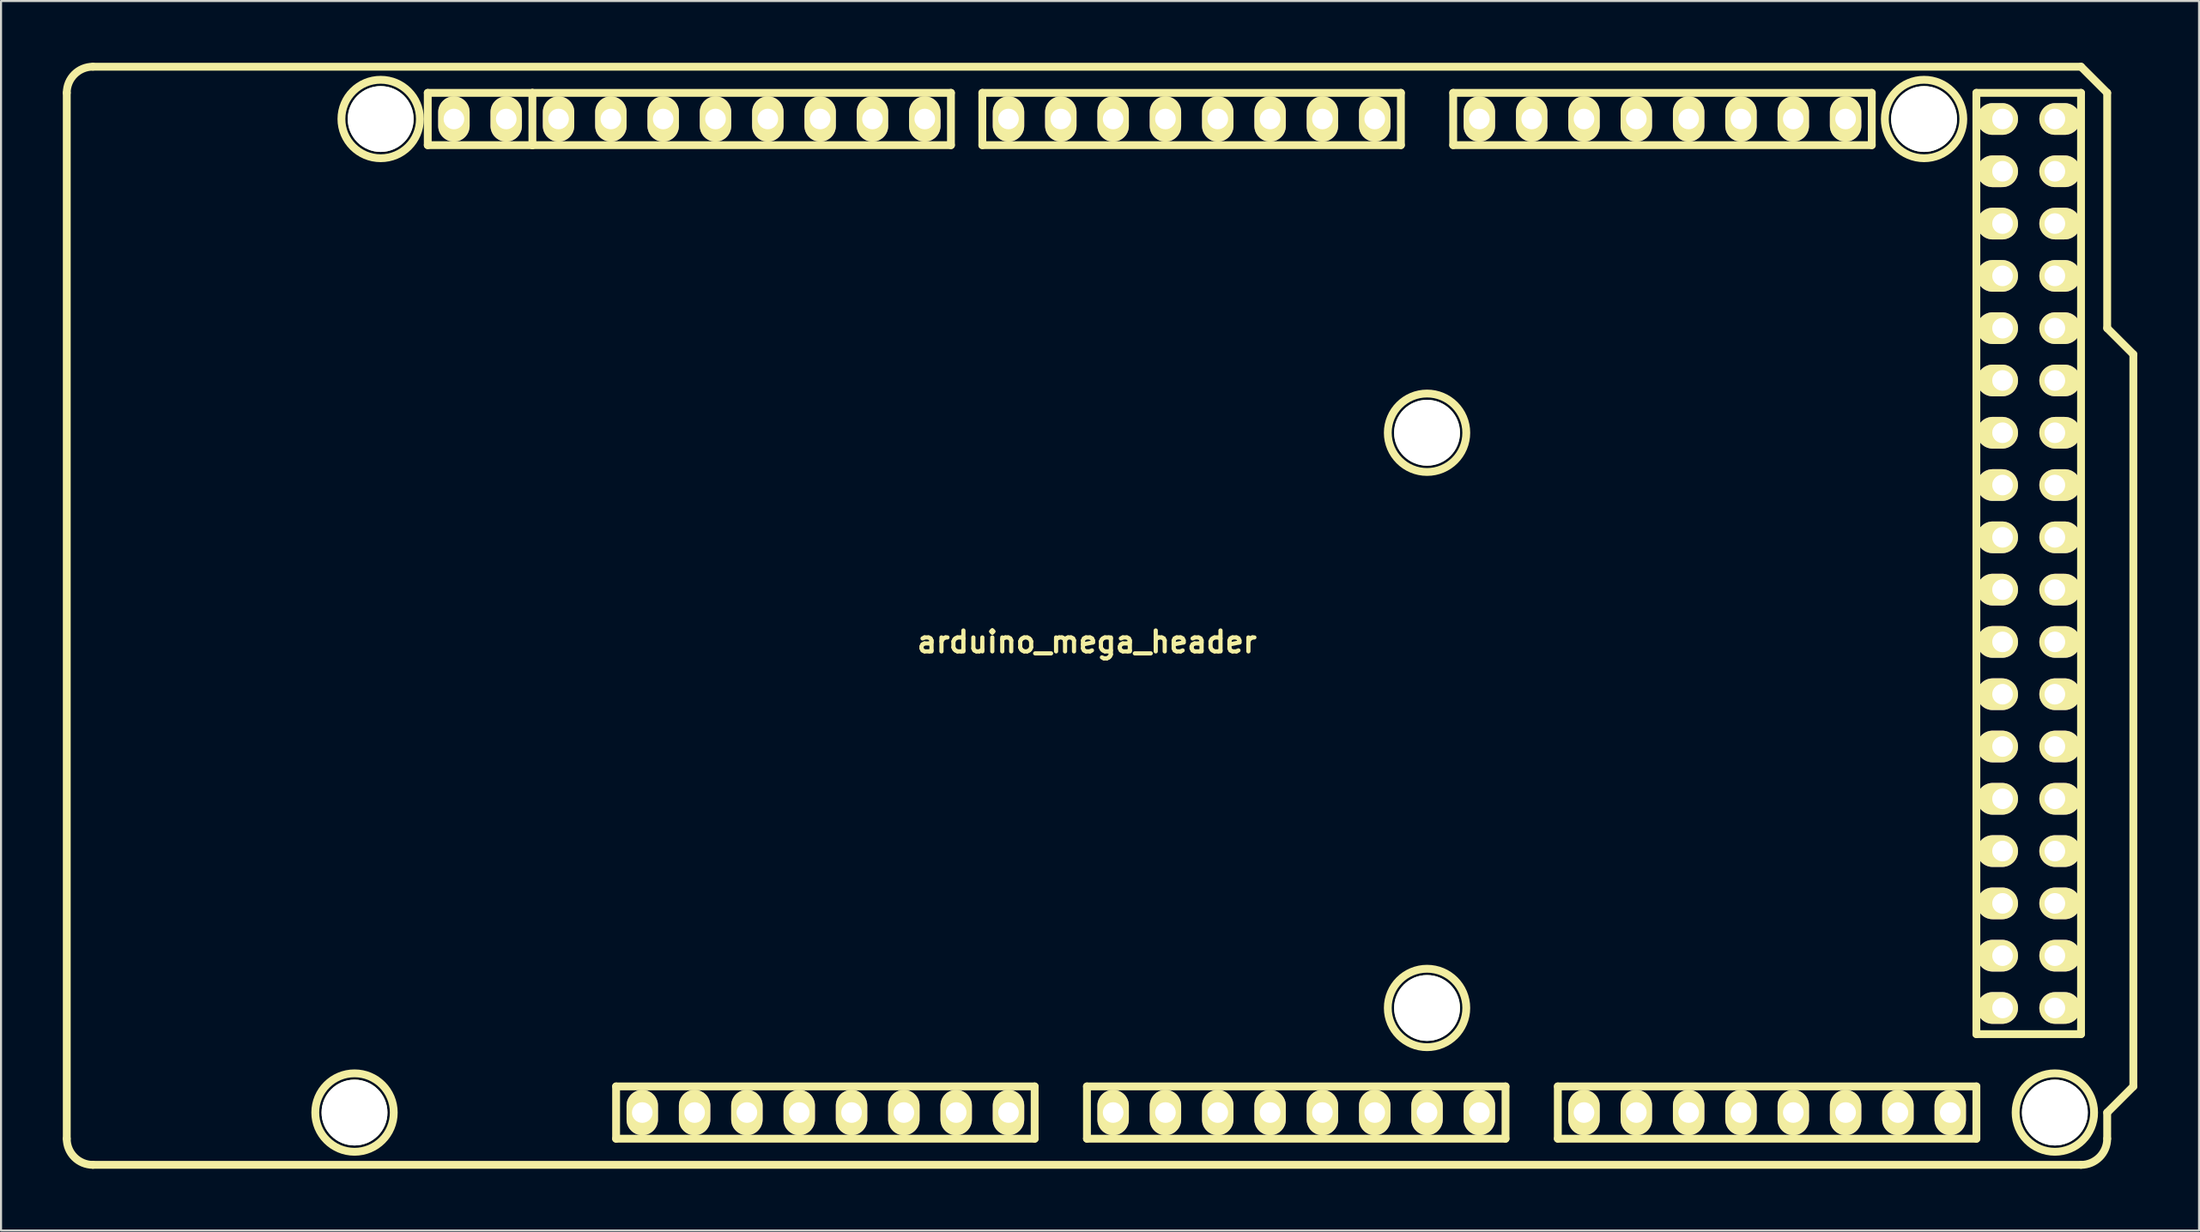
<source format=kicad_pcb>
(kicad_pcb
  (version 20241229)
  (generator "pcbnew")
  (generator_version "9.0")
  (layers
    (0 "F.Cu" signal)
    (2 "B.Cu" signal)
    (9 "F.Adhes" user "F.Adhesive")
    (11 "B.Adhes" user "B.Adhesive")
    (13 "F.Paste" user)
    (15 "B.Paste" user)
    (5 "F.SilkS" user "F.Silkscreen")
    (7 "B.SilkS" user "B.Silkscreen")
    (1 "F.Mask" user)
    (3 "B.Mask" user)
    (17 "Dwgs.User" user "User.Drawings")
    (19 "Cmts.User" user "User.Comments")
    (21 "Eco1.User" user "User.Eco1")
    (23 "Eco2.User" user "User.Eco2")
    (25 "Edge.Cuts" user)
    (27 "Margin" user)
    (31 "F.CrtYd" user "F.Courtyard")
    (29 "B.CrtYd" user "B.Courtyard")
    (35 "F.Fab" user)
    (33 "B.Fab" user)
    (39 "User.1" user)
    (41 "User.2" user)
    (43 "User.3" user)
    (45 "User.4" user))
  (footprint "arduino_mega_header"
    (layer "F.Cu")
    (at 49.721 26.86)
    (property "Reference" "arduino_mega_header" (at 0 1.27 0) (layer "F.SilkS") (effects (font (size 1.016 1.016) (thickness 0.203))))
    (attr through_hole)
    (fp_line (start -49.53 25.4) (end -49.53 -25.4) (stroke (width 0.381) (type solid)) (layer "F.SilkS"))
    (fp_line (start -48.26 -26.67) (end 48.26 -26.67) (stroke (width 0.381) (type solid)) (layer "F.SilkS"))
    (fp_line (start -48.26 26.67) (end 48.26 26.67) (stroke (width 0.381) (type solid)) (layer "F.SilkS"))
    (fp_line (start -32.004 -25.4) (end -32.004 -22.86) (stroke (width 0.381) (type solid)) (layer "F.SilkS"))
    (fp_line (start -32.004 -22.86) (end -26.924 -22.86) (stroke (width 0.381) (type solid)) (layer "F.SilkS"))
    (fp_line (start -26.924 -25.4) (end -32.004 -25.4) (stroke (width 0.381) (type solid)) (layer "F.SilkS"))
    (fp_line (start -26.924 -22.86) (end -26.924 -25.4) (stroke (width 0.381) (type solid)) (layer "F.SilkS"))
    (fp_line (start -22.86 25.4) (end -22.86 22.86) (stroke (width 0.381) (type solid)) (layer "F.SilkS"))
    (fp_line (start -22.86 25.4) (end -2.54 25.4) (stroke (width 0.381) (type solid)) (layer "F.SilkS"))
    (fp_line (start -6.604 -25.4) (end -26.924 -25.4) (stroke (width 0.381) (type solid)) (layer "F.SilkS"))
    (fp_line (start -6.604 -22.86) (end -26.924 -22.86) (stroke (width 0.381) (type solid)) (layer "F.SilkS"))
    (fp_line (start -6.604 -22.86) (end -6.604 -25.4) (stroke (width 0.381) (type solid)) (layer "F.SilkS"))
    (fp_line (start -5.08 -25.4) (end 15.24 -25.4) (stroke (width 0.381) (type solid)) (layer "F.SilkS"))
    (fp_line (start -5.08 -22.86) (end -5.08 -25.4) (stroke (width 0.381) (type solid)) (layer "F.SilkS"))
    (fp_line (start -2.54 22.86) (end -22.86 22.86) (stroke (width 0.381) (type solid)) (layer "F.SilkS"))
    (fp_line (start -2.54 22.86) (end -2.54 25.4) (stroke (width 0.381) (type solid)) (layer "F.SilkS"))
    (fp_line (start 0 22.86) (end 0 25.4) (stroke (width 0.381) (type solid)) (layer "F.SilkS"))
    (fp_line (start 0 25.4) (end 20.32 25.4) (stroke (width 0.381) (type solid)) (layer "F.SilkS"))
    (fp_line (start 15.24 -25.4) (end 15.24 -22.86) (stroke (width 0.381) (type solid)) (layer "F.SilkS"))
    (fp_line (start 15.24 -22.86) (end -5.08 -22.86) (stroke (width 0.381) (type solid)) (layer "F.SilkS"))
    (fp_line (start 17.78 -25.4) (end 17.78 -22.86) (stroke (width 0.381) (type solid)) (layer "F.SilkS"))
    (fp_line (start 17.78 -22.86) (end 38.1 -22.86) (stroke (width 0.381) (type solid)) (layer "F.SilkS"))
    (fp_line (start 20.32 22.86) (end 0 22.86) (stroke (width 0.381) (type solid)) (layer "F.SilkS"))
    (fp_line (start 20.32 25.4) (end 20.32 22.86) (stroke (width 0.381) (type solid)) (layer "F.SilkS"))
    (fp_line (start 22.86 22.86) (end 43.18 22.86) (stroke (width 0.381) (type solid)) (layer "F.SilkS"))
    (fp_line (start 22.86 25.4) (end 22.86 22.86) (stroke (width 0.381) (type solid)) (layer "F.SilkS"))
    (fp_line (start 38.1 -25.4) (end 17.78 -25.4) (stroke (width 0.381) (type solid)) (layer "F.SilkS"))
    (fp_line (start 38.1 -22.86) (end 38.1 -25.4) (stroke (width 0.381) (type solid)) (layer "F.SilkS"))
    (fp_line (start 43.18 -25.4) (end 43.18 20.32) (stroke (width 0.381) (type solid)) (layer "F.SilkS"))
    (fp_line (start 43.18 20.32) (end 48.26 20.32) (stroke (width 0.381) (type solid)) (layer "F.SilkS"))
    (fp_line (start 43.18 22.86) (end 43.18 25.4) (stroke (width 0.381) (type solid)) (layer "F.SilkS"))
    (fp_line (start 43.18 25.4) (end 22.86 25.4) (stroke (width 0.381) (type solid)) (layer "F.SilkS"))
    (fp_line (start 48.26 -26.67) (end 49.53 -25.4) (stroke (width 0.381) (type solid)) (layer "F.SilkS"))
    (fp_line (start 48.26 -25.4) (end 43.18 -25.4) (stroke (width 0.381) (type solid)) (layer "F.SilkS"))
    (fp_line (start 48.26 20.32) (end 48.26 -25.4) (stroke (width 0.381) (type solid)) (layer "F.SilkS"))
    (fp_line (start 49.53 -25.4) (end 49.53 -13.97) (stroke (width 0.381) (type solid)) (layer "F.SilkS"))
    (fp_line (start 49.53 -13.97) (end 50.8 -12.7) (stroke (width 0.381) (type solid)) (layer "F.SilkS"))
    (fp_line (start 49.53 24.13) (end 49.53 25.4) (stroke (width 0.381) (type solid)) (layer "F.SilkS"))
    (fp_line (start 50.8 -12.7) (end 50.8 22.86) (stroke (width 0.381) (type solid)) (layer "F.SilkS"))
    (fp_line (start 50.8 22.86) (end 49.53 24.13) (stroke (width 0.381) (type solid)) (layer "F.SilkS"))
    (fp_arc (start -49.53 -25.4) (mid -49.158026 -26.298026) (end -48.26 -26.67) (stroke (width 0.381) (type solid)) (layer "F.SilkS"))
    (fp_arc (start -48.26 26.67) (mid -49.158026 26.298026) (end -49.53 25.4) (stroke (width 0.381) (type solid)) (layer "F.SilkS"))
    (fp_arc (start 49.53 25.4) (mid 49.158026 26.298026) (end 48.26 26.67) (stroke (width 0.381) (type solid)) (layer "F.SilkS"))
    (fp_circle (center -35.56 24.13) (end -33.655 24.13) (stroke (width 0.381) (type solid)) (fill no) (layer "F.SilkS"))
    (fp_circle (center -34.29 -24.13) (end -32.385 -24.13) (stroke (width 0.381) (type solid)) (fill no) (layer "F.SilkS"))
    (fp_circle (center 16.51 -8.89) (end 18.415 -8.89) (stroke (width 0.381) (type solid)) (fill no) (layer "F.SilkS"))
    (fp_circle (center 16.51 19.05) (end 18.415 19.05) (stroke (width 0.381) (type solid)) (fill no) (layer "F.SilkS"))
    (fp_circle (center 40.64 -24.13) (end 42.545 -24.13) (stroke (width 0.381) (type solid)) (fill no) (layer "F.SilkS"))
    (fp_circle (center 46.99 24.13) (end 48.895 24.13) (stroke (width 0.381) (type solid)) (fill no) (layer "F.SilkS"))
    (pad "" np_thru_hole circle (at -35.56 24.13) (size 3.198 3.198) (drill 3.198) (layers "*.Cu" "*.Mask" "F.SilkS"))
    (pad "" np_thru_hole circle (at -34.29 -24.13) (size 3.198 3.198) (drill 3.198) (layers "*.Cu" "*.Mask" "F.SilkS"))
    (pad "" np_thru_hole circle (at 16.51 -8.89) (size 3.198 3.198) (drill 3.198) (layers "*.Cu" "*.Mask" "F.SilkS"))
    (pad "" np_thru_hole circle (at 16.51 19.05) (size 3.198 3.198) (drill 3.198) (layers "*.Cu" "*.Mask" "F.SilkS"))
    (pad "" np_thru_hole circle (at 40.64 -24.13) (size 3.198 3.198) (drill 3.198) (layers "*.Cu" "*.Mask" "F.SilkS"))
    (pad "" np_thru_hole circle (at 46.99 24.13) (size 3.198 3.198) (drill 3.198) (layers "*.Cu" "*.Mask" "F.SilkS"))
    (pad "1" thru_hole oval (at -21.59 24.13) (size 1.524 2.2) (drill 1.001) (layers "*.Cu" "*.Mask" "F.SilkS"))
    (pad "2" thru_hole oval (at -19.05 24.13) (size 1.524 2.2) (drill 1.001) (layers "*.Cu" "*.Mask" "F.SilkS"))
    (pad "3" thru_hole oval (at -16.51 24.13) (size 1.524 2.2) (drill 1.001) (layers "*.Cu" "*.Mask" "F.SilkS"))
    (pad "4" thru_hole oval (at -13.97 24.13) (size 1.524 2.2) (drill 1.001) (layers "*.Cu" "*.Mask" "F.SilkS"))
    (pad "5" thru_hole oval (at -11.43 24.13) (size 1.524 2.2) (drill 1.001) (layers "*.Cu" "*.Mask" "F.SilkS"))
    (pad "6" thru_hole oval (at -8.89 24.13) (size 1.524 2.2) (drill 1.001) (layers "*.Cu" "*.Mask" "F.SilkS"))
    (pad "7" thru_hole oval (at -6.35 24.13) (size 1.524 2.2) (drill 1.001) (layers "*.Cu" "*.Mask" "F.SilkS"))
    (pad "8" thru_hole oval (at -3.81 24.13) (size 1.524 2.2) (drill 1.001) (layers "*.Cu" "*.Mask" "F.SilkS"))
    (pad "9" thru_hole oval (at 1.27 24.13) (size 1.524 2.2) (drill 1.001) (layers "*.Cu" "*.Mask" "F.SilkS"))
    (pad "10" thru_hole oval (at 3.81 24.13) (size 1.524 2.2) (drill 1.001) (layers "*.Cu" "*.Mask" "F.SilkS"))
    (pad "11" thru_hole oval (at 6.35 24.13) (size 1.524 2.2) (drill 1.001) (layers "*.Cu" "*.Mask" "F.SilkS"))
    (pad "12" thru_hole oval (at 8.89 24.13) (size 1.524 2.2) (drill 1.001) (layers "*.Cu" "*.Mask" "F.SilkS"))
    (pad "13" thru_hole oval (at 11.43 24.13) (size 1.524 2.2) (drill 1.001) (layers "*.Cu" "*.Mask" "F.SilkS"))
    (pad "14" thru_hole oval (at 13.97 24.13) (size 1.524 2.2) (drill 1.001) (layers "*.Cu" "*.Mask" "F.SilkS"))
    (pad "15" thru_hole oval (at 16.51 24.13) (size 1.524 2.2) (drill 1.001) (layers "*.Cu" "*.Mask" "F.SilkS"))
    (pad "16" thru_hole oval (at 19.05 24.13) (size 1.524 2.2) (drill 1.001) (layers "*.Cu" "*.Mask" "F.SilkS"))
    (pad "17" thru_hole oval (at 24.13 24.13) (size 1.524 2.2) (drill 1.001) (layers "*.Cu" "*.Mask" "F.SilkS"))
    (pad "18" thru_hole oval (at 26.67 24.13) (size 1.524 2.2) (drill 1.001) (layers "*.Cu" "*.Mask" "F.SilkS"))
    (pad "19" thru_hole oval (at 29.21 24.13) (size 1.524 2.2) (drill 1.001) (layers "*.Cu" "*.Mask" "F.SilkS"))
    (pad "20" thru_hole oval (at 31.75 24.13) (size 1.524 2.197) (drill 1.001) (layers "*.Cu" "*.Mask" "F.SilkS"))
    (pad "21" thru_hole oval (at 34.29 24.13) (size 1.524 2.197) (drill 1.001) (layers "*.Cu" "*.Mask" "F.SilkS"))
    (pad "22" thru_hole oval (at 36.83 24.13) (size 1.524 2.197) (drill 1.001) (layers "*.Cu" "*.Mask" "F.SilkS"))
    (pad "23" thru_hole oval (at 39.37 24.13) (size 1.524 2.197) (drill 1.001) (layers "*.Cu" "*.Mask" "F.SilkS"))
    (pad "24" thru_hole oval (at 41.91 24.13) (size 1.524 2.197) (drill 1.001) (layers "*.Cu" "*.Mask" "F.SilkS"))
    (pad "25" thru_hole oval (at 44.45 19.05) (size 1.999 1.539) (drill 1.001 (offset -0.249 0)) (layers "*.Cu" "*.Mask" "F.SilkS"))
    (pad "26" thru_hole oval (at 44.45 16.51) (size 1.999 1.539) (drill 1.001 (offset -0.249 0)) (layers "*.Cu" "*.Mask" "F.SilkS"))
    (pad "27" thru_hole oval (at 44.45 13.97) (size 1.999 1.539) (drill 1.001 (offset -0.249 0)) (layers "*.Cu" "*.Mask" "F.SilkS"))
    (pad "28" thru_hole oval (at 44.45 11.43) (size 1.999 1.539) (drill 1.001 (offset -0.249 0)) (layers "*.Cu" "*.Mask" "F.SilkS"))
    (pad "29" thru_hole oval (at 44.45 8.89) (size 1.999 1.539) (drill 1.001 (offset -0.249 0)) (layers "*.Cu" "*.Mask" "F.SilkS"))
    (pad "30" thru_hole oval (at 44.45 6.35) (size 1.999 1.539) (drill 1.001 (offset -0.249 0)) (layers "*.Cu" "*.Mask" "F.SilkS"))
    (pad "31" thru_hole oval (at 44.45 3.81) (size 1.999 1.539) (drill 1.001 (offset -0.249 0)) (layers "*.Cu" "*.Mask" "F.SilkS"))
    (pad "32" thru_hole oval (at 44.45 1.27) (size 1.999 1.539) (drill 1.001 (offset -0.249 0)) (layers "*.Cu" "*.Mask" "F.SilkS"))
    (pad "33" thru_hole oval (at 44.45 -1.27) (size 1.999 1.539) (drill 1.001 (offset -0.249 0)) (layers "*.Cu" "*.Mask" "F.SilkS"))
    (pad "34" thru_hole oval (at 44.45 -3.81) (size 1.999 1.539) (drill 1.001 (offset -0.249 0)) (layers "*.Cu" "*.Mask" "F.SilkS"))
    (pad "35" thru_hole oval (at 44.45 -6.35) (size 1.999 1.539) (drill 1.001 (offset -0.249 0)) (layers "*.Cu" "*.Mask" "F.SilkS"))
    (pad "36" thru_hole oval (at 44.45 -8.89) (size 1.999 1.539) (drill 1.001 (offset -0.249 0)) (layers "*.Cu" "*.Mask" "F.SilkS"))
    (pad "37" thru_hole oval (at 44.45 -11.43) (size 1.999 1.539) (drill 1.001 (offset -0.249 0)) (layers "*.Cu" "*.Mask" "F.SilkS"))
    (pad "38" thru_hole oval (at 44.45 -13.97) (size 1.999 1.539) (drill 1.001 (offset -0.249 0)) (layers "*.Cu" "*.Mask" "F.SilkS"))
    (pad "39" thru_hole oval (at 44.45 -16.51) (size 1.999 1.539) (drill 1.001 (offset -0.249 0)) (layers "*.Cu" "*.Mask" "F.SilkS"))
    (pad "40" thru_hole oval (at 44.45 -19.05) (size 1.999 1.539) (drill 1.001 (offset -0.249 0)) (layers "*.Cu" "*.Mask" "F.SilkS"))
    (pad "41" thru_hole oval (at 44.45 -21.59) (size 1.999 1.539) (drill 1.001 (offset -0.249 0)) (layers "*.Cu" "*.Mask" "F.SilkS"))
    (pad "42" thru_hole oval (at 44.45 -24.13) (size 1.999 1.539) (drill 1.001 (offset -0.249 0)) (layers "*.Cu" "*.Mask" "F.SilkS"))
    (pad "43" thru_hole oval (at 46.99 19.05) (size 1.999 1.537) (drill 1.001 (offset 0.246 0)) (layers "*.Cu" "*.Mask" "F.SilkS"))
    (pad "44" thru_hole oval (at 46.99 16.51) (size 1.999 1.537) (drill 1.001 (offset 0.246 0)) (layers "*.Cu" "*.Mask" "F.SilkS"))
    (pad "45" thru_hole oval (at 46.99 13.97) (size 1.999 1.537) (drill 1.001 (offset 0.246 0)) (layers "*.Cu" "*.Mask" "F.SilkS"))
    (pad "46" thru_hole oval (at 46.99 11.43) (size 1.999 1.537) (drill 1.001 (offset 0.246 0)) (layers "*.Cu" "*.Mask" "F.SilkS"))
    (pad "47" thru_hole oval (at 46.99 8.89) (size 1.999 1.537) (drill 1.001 (offset 0.246 0)) (layers "*.Cu" "*.Mask" "F.SilkS"))
    (pad "48" thru_hole oval (at 46.99 6.35) (size 1.999 1.537) (drill 1.001 (offset 0.246 0)) (layers "*.Cu" "*.Mask" "F.SilkS"))
    (pad "49" thru_hole oval (at 46.99 3.81) (size 1.999 1.537) (drill 1.001 (offset 0.246 0)) (layers "*.Cu" "*.Mask" "F.SilkS"))
    (pad "50" thru_hole oval (at 46.99 1.27) (size 1.999 1.537) (drill 1.001 (offset 0.246 0)) (layers "*.Cu" "*.Mask" "F.SilkS"))
    (pad "51" thru_hole oval (at 46.99 -1.27) (size 1.999 1.537) (drill 1.001 (offset 0.246 0)) (layers "*.Cu" "*.Mask" "F.SilkS"))
    (pad "52" thru_hole oval (at 46.99 -3.81) (size 1.999 1.537) (drill 1.001 (offset 0.246 0)) (layers "*.Cu" "*.Mask" "F.SilkS"))
    (pad "53" thru_hole oval (at 46.99 -6.35) (size 1.999 1.537) (drill 1.001 (offset 0.246 0)) (layers "*.Cu" "*.Mask" "F.SilkS"))
    (pad "54" thru_hole oval (at 46.99 -8.89) (size 1.999 1.537) (drill 1.001 (offset 0.246 0)) (layers "*.Cu" "*.Mask" "F.SilkS"))
    (pad "55" thru_hole oval (at 46.99 -11.43) (size 1.999 1.537) (drill 1.001 (offset 0.246 0)) (layers "*.Cu" "*.Mask" "F.SilkS"))
    (pad "56" thru_hole oval (at 46.99 -13.97) (size 1.999 1.537) (drill 1.001 (offset 0.246 0)) (layers "*.Cu" "*.Mask" "F.SilkS"))
    (pad "57" thru_hole oval (at 46.99 -16.51) (size 1.999 1.537) (drill 1.001 (offset 0.246 0)) (layers "*.Cu" "*.Mask" "F.SilkS"))
    (pad "58" thru_hole oval (at 46.99 -19.05) (size 1.999 1.537) (drill 1.001 (offset 0.246 0)) (layers "*.Cu" "*.Mask" "F.SilkS"))
    (pad "59" thru_hole oval (at 46.99 -21.59) (size 1.999 1.537) (drill 1.001 (offset 0.246 0)) (layers "*.Cu" "*.Mask" "F.SilkS"))
    (pad "60" thru_hole oval (at 46.99 -24.13) (size 1.999 1.537) (drill 1.001 (offset 0.246 0)) (layers "*.Cu" "*.Mask" "F.SilkS"))
    (pad "61" thru_hole oval (at 36.83 -24.13) (size 1.524 2.197) (drill 1.001) (layers "*.Cu" "*.Mask" "F.SilkS"))
    (pad "62" thru_hole oval (at 34.29 -24.13) (size 1.524 2.197) (drill 1.001) (layers "*.Cu" "*.Mask" "F.SilkS"))
    (pad "63" thru_hole oval (at 31.75 -24.13) (size 1.524 2.197) (drill 1.001) (layers "*.Cu" "*.Mask" "F.SilkS"))
    (pad "64" thru_hole oval (at 29.21 -24.13) (size 1.524 2.197) (drill 1.001) (layers "*.Cu" "*.Mask" "F.SilkS"))
    (pad "65" thru_hole oval (at 26.67 -24.13) (size 1.524 2.197) (drill 1.001) (layers "*.Cu" "*.Mask" "F.SilkS"))
    (pad "66" thru_hole oval (at 24.13 -24.13) (size 1.524 2.197) (drill 1.001) (layers "*.Cu" "*.Mask" "F.SilkS"))
    (pad "67" thru_hole oval (at 21.59 -24.13) (size 1.524 2.197) (drill 1.001) (layers "*.Cu" "*.Mask" "F.SilkS"))
    (pad "68" thru_hole oval (at 19.05 -24.13) (size 1.524 2.197) (drill 1.001) (layers "*.Cu" "*.Mask" "F.SilkS"))
    (pad "69" thru_hole oval (at 13.97 -24.13) (size 1.524 2.197) (drill 1.001) (layers "*.Cu" "*.Mask" "F.SilkS"))
    (pad "70" thru_hole oval (at 11.43 -24.13) (size 1.524 2.197) (drill 1.001) (layers "*.Cu" "*.Mask" "F.SilkS"))
    (pad "71" thru_hole oval (at 8.89 -24.13) (size 1.524 2.197) (drill 1.001) (layers "*.Cu" "*.Mask" "F.SilkS"))
    (pad "72" thru_hole oval (at 6.35 -24.13) (size 1.524 2.197) (drill 1.001) (layers "*.Cu" "*.Mask" "F.SilkS"))
    (pad "73" thru_hole oval (at 3.81 -24.13) (size 1.524 2.197) (drill 1.001) (layers "*.Cu" "*.Mask" "F.SilkS"))
    (pad "74" thru_hole oval (at 1.27 -24.13) (size 1.524 2.197) (drill 1.001) (layers "*.Cu" "*.Mask" "F.SilkS"))
    (pad "75" thru_hole oval (at -1.27 -24.13) (size 1.524 2.197) (drill 1.001) (layers "*.Cu" "*.Mask" "F.SilkS"))
    (pad "76" thru_hole oval (at -3.81 -24.13) (size 1.524 2.197) (drill 1.001) (layers "*.Cu" "*.Mask" "F.SilkS"))
    (pad "77" thru_hole oval (at -7.874 -24.13) (size 1.524 2.197) (drill 1.001) (layers "*.Cu" "*.Mask" "F.SilkS"))
    (pad "78" thru_hole oval (at -10.414 -24.13) (size 1.524 2.197) (drill 1.001) (layers "*.Cu" "*.Mask" "F.SilkS"))
    (pad "79" thru_hole oval (at -12.954 -24.13) (size 1.524 2.197) (drill 1.001) (layers "*.Cu" "*.Mask" "F.SilkS"))
    (pad "80" thru_hole oval (at -15.494 -24.13) (size 1.524 2.197) (drill 1.001) (layers "*.Cu" "*.Mask" "F.SilkS"))
    (pad "81" thru_hole oval (at -18.034 -24.13) (size 1.524 2.197) (drill 1.001) (layers "*.Cu" "*.Mask" "F.SilkS"))
    (pad "82" thru_hole oval (at -20.574 -24.13) (size 1.524 2.197) (drill 1.001) (layers "*.Cu" "*.Mask" "F.SilkS"))
    (pad "83" thru_hole oval (at -23.114 -24.13) (size 1.524 2.197) (drill 1.001) (layers "*.Cu" "*.Mask" "F.SilkS"))
    (pad "84" thru_hole oval (at -25.654 -24.13) (size 1.524 2.197) (drill 1.001) (layers "*.Cu" "*.Mask" "F.SilkS"))
    (pad "85" thru_hole oval (at -28.194 -24.13) (size 1.524 2.197) (drill 1.001) (layers "*.Cu" "*.Mask" "F.SilkS"))
    (pad "86" thru_hole oval (at -30.734 -24.13) (size 1.524 2.197) (drill 1.001) (layers "*.Cu" "*.Mask" "F.SilkS")))
  (gr_rect
    (start -3 -3)
    (end 103.711 56.721)
    (stroke (width 0.1) (type default))
    (fill no)
    (layer "Edge.Cuts")))
</source>
